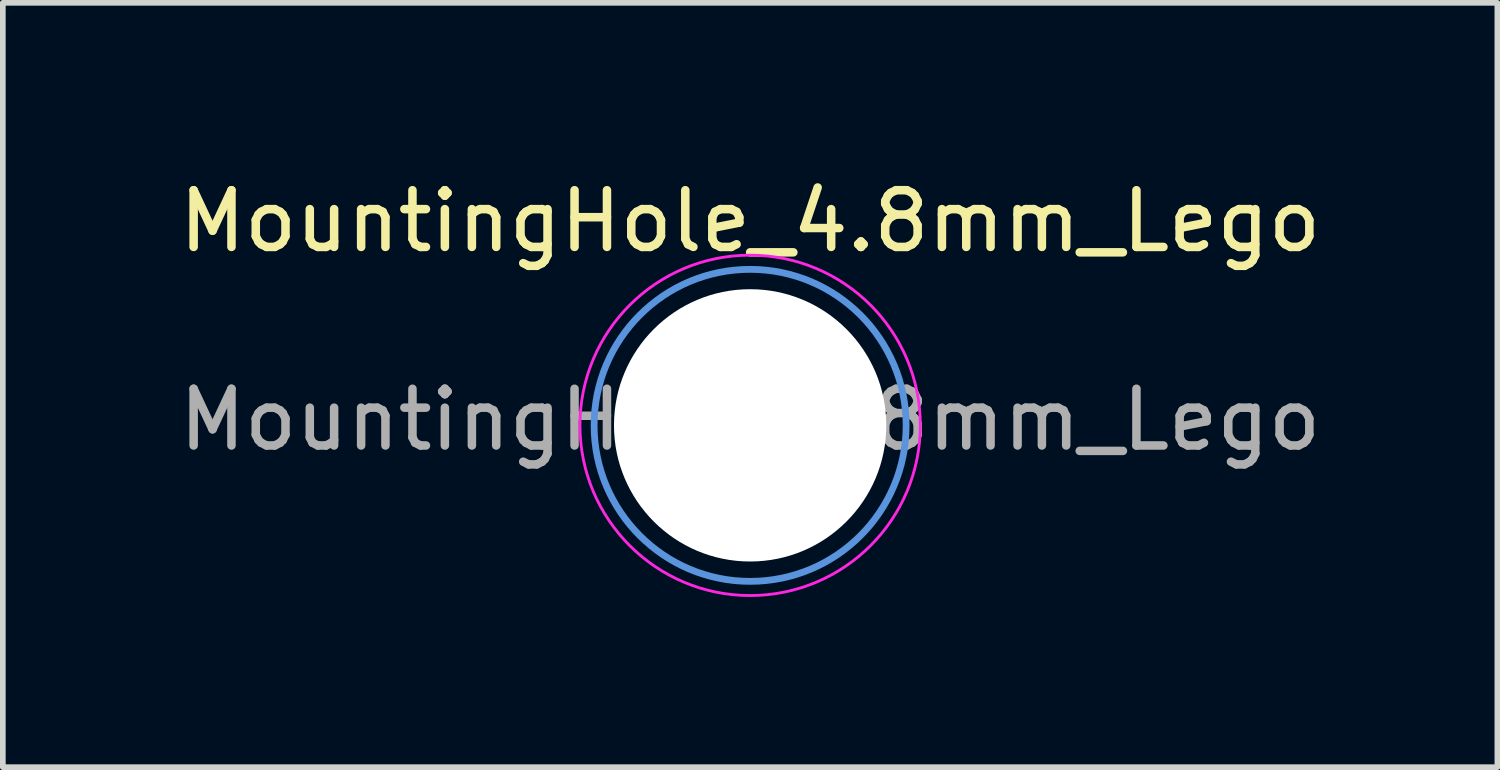
<source format=kicad_pcb>
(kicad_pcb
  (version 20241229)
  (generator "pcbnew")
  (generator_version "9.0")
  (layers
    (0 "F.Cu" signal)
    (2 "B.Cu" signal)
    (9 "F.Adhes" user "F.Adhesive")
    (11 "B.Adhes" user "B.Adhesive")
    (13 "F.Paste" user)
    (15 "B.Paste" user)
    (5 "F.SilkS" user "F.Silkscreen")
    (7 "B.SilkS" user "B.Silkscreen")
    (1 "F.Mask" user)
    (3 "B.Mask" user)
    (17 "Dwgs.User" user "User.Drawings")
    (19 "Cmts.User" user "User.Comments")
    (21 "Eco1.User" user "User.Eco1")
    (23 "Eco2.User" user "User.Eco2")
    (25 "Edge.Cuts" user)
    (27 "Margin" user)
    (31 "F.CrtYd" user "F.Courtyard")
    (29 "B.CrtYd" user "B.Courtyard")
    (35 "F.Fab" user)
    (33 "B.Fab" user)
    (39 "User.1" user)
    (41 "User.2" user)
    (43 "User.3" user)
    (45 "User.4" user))
  (footprint "MountingHole_4.8mm_Lego"
    (layer "F.Cu")
    (at 10.173 4.448)
    (property "Reference" "MountingHole_4.8mm_Lego" (at 0 -3.6 0) (unlocked yes) (layer "F.SilkS") (effects (font (size 1 1) (thickness 0.15))))
    (attr through_hole exclude_from_pos_files exclude_from_bom)
    (fp_circle (center 0 0) (end 2.75 0) (stroke (width 0.12) (type solid)) (fill no) (layer "Cmts.User"))
    (fp_circle (center 0 0) (end 3 0) (stroke (width 0.05) (type solid)) (fill no) (layer "F.CrtYd"))
    (fp_text user "${REFERENCE}" (at 0 -0.1 0) (layer "F.Fab") (effects (font (size 1 1) (thickness 0.15))))
    (pad "" np_thru_hole circle (at 0 0) (size 4.8 4.8) (drill 4.8) (layers "*.Cu" "*.Mask")))
  (gr_rect
    (start -3 -3)
    (end 23.345 10.473)
    (stroke (width 0.1) (type default))
    (fill no)
    (layer "Edge.Cuts")))
</source>
